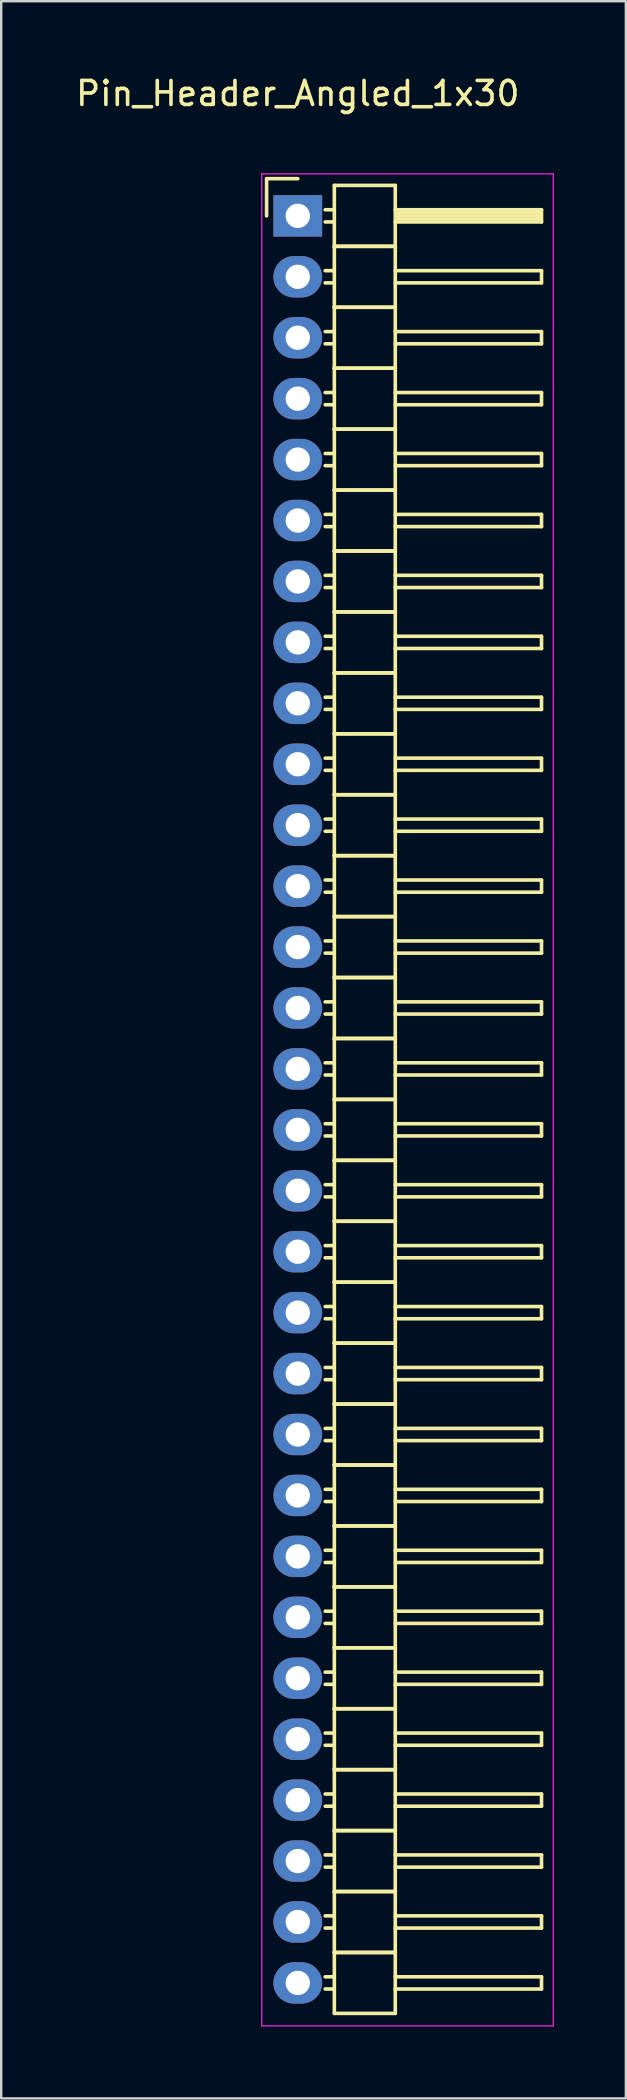
<source format=kicad_pcb>
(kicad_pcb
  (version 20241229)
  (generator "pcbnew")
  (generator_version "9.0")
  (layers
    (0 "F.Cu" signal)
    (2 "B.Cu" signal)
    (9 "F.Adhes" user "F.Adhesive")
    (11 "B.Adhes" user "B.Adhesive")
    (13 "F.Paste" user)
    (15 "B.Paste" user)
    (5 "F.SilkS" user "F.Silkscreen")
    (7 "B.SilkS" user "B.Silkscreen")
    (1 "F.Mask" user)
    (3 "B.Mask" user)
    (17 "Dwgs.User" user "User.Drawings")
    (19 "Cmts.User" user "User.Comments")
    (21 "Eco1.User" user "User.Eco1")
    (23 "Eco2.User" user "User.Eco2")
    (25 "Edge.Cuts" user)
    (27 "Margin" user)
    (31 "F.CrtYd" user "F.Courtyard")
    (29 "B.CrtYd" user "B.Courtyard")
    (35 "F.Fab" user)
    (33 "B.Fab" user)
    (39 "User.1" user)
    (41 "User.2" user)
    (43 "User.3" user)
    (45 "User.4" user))
  (footprint "Pin_Header_Angled_1x30"
    (layer "F.Cu")
    (at 9.363 5.948)
    (property "Reference" "Pin_Header_Angled_1x30" (at 0 -5.1 0) (layer "F.SilkS") (effects (font (size 1 1) (thickness 0.15))))
    (attr through_hole)
    (fp_line (start -1.3 -1.55) (end -1.3 0) (stroke (width 0.15) (type solid)) (layer "F.SilkS"))
    (fp_line (start 0 -1.55) (end -1.3 -1.55) (stroke (width 0.15) (type solid)) (layer "F.SilkS"))
    (fp_line (start 1.524 -1.27) (end 1.524 1.27) (stroke (width 0.15) (type solid)) (layer "F.SilkS"))
    (fp_line (start 1.524 -1.27) (end 4.064 -1.27) (stroke (width 0.15) (type solid)) (layer "F.SilkS"))
    (fp_line (start 1.524 -0.254) (end 1.143 -0.254) (stroke (width 0.15) (type solid)) (layer "F.SilkS"))
    (fp_line (start 1.524 0.254) (end 1.143 0.254) (stroke (width 0.15) (type solid)) (layer "F.SilkS"))
    (fp_line (start 1.524 1.27) (end 1.524 3.81) (stroke (width 0.15) (type solid)) (layer "F.SilkS"))
    (fp_line (start 1.524 1.27) (end 4.064 1.27) (stroke (width 0.15) (type solid)) (layer "F.SilkS"))
    (fp_line (start 1.524 1.27) (end 4.064 1.27) (stroke (width 0.15) (type solid)) (layer "F.SilkS"))
    (fp_line (start 1.524 2.286) (end 1.143 2.286) (stroke (width 0.15) (type solid)) (layer "F.SilkS"))
    (fp_line (start 1.524 2.794) (end 1.143 2.794) (stroke (width 0.15) (type solid)) (layer "F.SilkS"))
    (fp_line (start 1.524 3.81) (end 1.524 6.35) (stroke (width 0.15) (type solid)) (layer "F.SilkS"))
    (fp_line (start 1.524 3.81) (end 4.064 3.81) (stroke (width 0.15) (type solid)) (layer "F.SilkS"))
    (fp_line (start 1.524 3.81) (end 4.064 3.81) (stroke (width 0.15) (type solid)) (layer "F.SilkS"))
    (fp_line (start 1.524 4.826) (end 1.143 4.826) (stroke (width 0.15) (type solid)) (layer "F.SilkS"))
    (fp_line (start 1.524 5.334) (end 1.143 5.334) (stroke (width 0.15) (type solid)) (layer "F.SilkS"))
    (fp_line (start 1.524 6.35) (end 1.524 8.89) (stroke (width 0.15) (type solid)) (layer "F.SilkS"))
    (fp_line (start 1.524 6.35) (end 4.064 6.35) (stroke (width 0.15) (type solid)) (layer "F.SilkS"))
    (fp_line (start 1.524 6.35) (end 4.064 6.35) (stroke (width 0.15) (type solid)) (layer "F.SilkS"))
    (fp_line (start 1.524 7.366) (end 1.143 7.366) (stroke (width 0.15) (type solid)) (layer "F.SilkS"))
    (fp_line (start 1.524 7.874) (end 1.143 7.874) (stroke (width 0.15) (type solid)) (layer "F.SilkS"))
    (fp_line (start 1.524 8.89) (end 1.524 11.43) (stroke (width 0.15) (type solid)) (layer "F.SilkS"))
    (fp_line (start 1.524 8.89) (end 4.064 8.89) (stroke (width 0.15) (type solid)) (layer "F.SilkS"))
    (fp_line (start 1.524 8.89) (end 4.064 8.89) (stroke (width 0.15) (type solid)) (layer "F.SilkS"))
    (fp_line (start 1.524 9.906) (end 1.143 9.906) (stroke (width 0.15) (type solid)) (layer "F.SilkS"))
    (fp_line (start 1.524 10.414) (end 1.143 10.414) (stroke (width 0.15) (type solid)) (layer "F.SilkS"))
    (fp_line (start 1.524 11.43) (end 1.524 13.97) (stroke (width 0.15) (type solid)) (layer "F.SilkS"))
    (fp_line (start 1.524 11.43) (end 4.064 11.43) (stroke (width 0.15) (type solid)) (layer "F.SilkS"))
    (fp_line (start 1.524 11.43) (end 4.064 11.43) (stroke (width 0.15) (type solid)) (layer "F.SilkS"))
    (fp_line (start 1.524 12.446) (end 1.143 12.446) (stroke (width 0.15) (type solid)) (layer "F.SilkS"))
    (fp_line (start 1.524 12.954) (end 1.143 12.954) (stroke (width 0.15) (type solid)) (layer "F.SilkS"))
    (fp_line (start 1.524 13.97) (end 1.524 16.51) (stroke (width 0.15) (type solid)) (layer "F.SilkS"))
    (fp_line (start 1.524 13.97) (end 4.064 13.97) (stroke (width 0.15) (type solid)) (layer "F.SilkS"))
    (fp_line (start 1.524 13.97) (end 4.064 13.97) (stroke (width 0.15) (type solid)) (layer "F.SilkS"))
    (fp_line (start 1.524 14.986) (end 1.143 14.986) (stroke (width 0.15) (type solid)) (layer "F.SilkS"))
    (fp_line (start 1.524 15.494) (end 1.143 15.494) (stroke (width 0.15) (type solid)) (layer "F.SilkS"))
    (fp_line (start 1.524 16.51) (end 1.524 19.05) (stroke (width 0.15) (type solid)) (layer "F.SilkS"))
    (fp_line (start 1.524 16.51) (end 4.064 16.51) (stroke (width 0.15) (type solid)) (layer "F.SilkS"))
    (fp_line (start 1.524 16.51) (end 4.064 16.51) (stroke (width 0.15) (type solid)) (layer "F.SilkS"))
    (fp_line (start 1.524 17.526) (end 1.143 17.526) (stroke (width 0.15) (type solid)) (layer "F.SilkS"))
    (fp_line (start 1.524 18.034) (end 1.143 18.034) (stroke (width 0.15) (type solid)) (layer "F.SilkS"))
    (fp_line (start 1.524 19.05) (end 1.524 21.59) (stroke (width 0.15) (type solid)) (layer "F.SilkS"))
    (fp_line (start 1.524 19.05) (end 4.064 19.05) (stroke (width 0.15) (type solid)) (layer "F.SilkS"))
    (fp_line (start 1.524 19.05) (end 4.064 19.05) (stroke (width 0.15) (type solid)) (layer "F.SilkS"))
    (fp_line (start 1.524 20.066) (end 1.143 20.066) (stroke (width 0.15) (type solid)) (layer "F.SilkS"))
    (fp_line (start 1.524 20.574) (end 1.143 20.574) (stroke (width 0.15) (type solid)) (layer "F.SilkS"))
    (fp_line (start 1.524 21.59) (end 1.524 24.13) (stroke (width 0.15) (type solid)) (layer "F.SilkS"))
    (fp_line (start 1.524 21.59) (end 4.064 21.59) (stroke (width 0.15) (type solid)) (layer "F.SilkS"))
    (fp_line (start 1.524 21.59) (end 4.064 21.59) (stroke (width 0.15) (type solid)) (layer "F.SilkS"))
    (fp_line (start 1.524 22.606) (end 1.143 22.606) (stroke (width 0.15) (type solid)) (layer "F.SilkS"))
    (fp_line (start 1.524 23.114) (end 1.143 23.114) (stroke (width 0.15) (type solid)) (layer "F.SilkS"))
    (fp_line (start 1.524 24.13) (end 1.524 26.67) (stroke (width 0.15) (type solid)) (layer "F.SilkS"))
    (fp_line (start 1.524 24.13) (end 4.064 24.13) (stroke (width 0.15) (type solid)) (layer "F.SilkS"))
    (fp_line (start 1.524 24.13) (end 4.064 24.13) (stroke (width 0.15) (type solid)) (layer "F.SilkS"))
    (fp_line (start 1.524 25.146) (end 1.143 25.146) (stroke (width 0.15) (type solid)) (layer "F.SilkS"))
    (fp_line (start 1.524 25.654) (end 1.143 25.654) (stroke (width 0.15) (type solid)) (layer "F.SilkS"))
    (fp_line (start 1.524 26.67) (end 1.524 29.21) (stroke (width 0.15) (type solid)) (layer "F.SilkS"))
    (fp_line (start 1.524 26.67) (end 4.064 26.67) (stroke (width 0.15) (type solid)) (layer "F.SilkS"))
    (fp_line (start 1.524 26.67) (end 4.064 26.67) (stroke (width 0.15) (type solid)) (layer "F.SilkS"))
    (fp_line (start 1.524 27.686) (end 1.143 27.686) (stroke (width 0.15) (type solid)) (layer "F.SilkS"))
    (fp_line (start 1.524 28.194) (end 1.143 28.194) (stroke (width 0.15) (type solid)) (layer "F.SilkS"))
    (fp_line (start 1.524 29.21) (end 1.524 31.75) (stroke (width 0.15) (type solid)) (layer "F.SilkS"))
    (fp_line (start 1.524 29.21) (end 4.064 29.21) (stroke (width 0.15) (type solid)) (layer "F.SilkS"))
    (fp_line (start 1.524 29.21) (end 4.064 29.21) (stroke (width 0.15) (type solid)) (layer "F.SilkS"))
    (fp_line (start 1.524 30.226) (end 1.143 30.226) (stroke (width 0.15) (type solid)) (layer "F.SilkS"))
    (fp_line (start 1.524 30.734) (end 1.143 30.734) (stroke (width 0.15) (type solid)) (layer "F.SilkS"))
    (fp_line (start 1.524 31.75) (end 1.524 34.29) (stroke (width 0.15) (type solid)) (layer "F.SilkS"))
    (fp_line (start 1.524 31.75) (end 4.064 31.75) (stroke (width 0.15) (type solid)) (layer "F.SilkS"))
    (fp_line (start 1.524 31.75) (end 4.064 31.75) (stroke (width 0.15) (type solid)) (layer "F.SilkS"))
    (fp_line (start 1.524 32.766) (end 1.143 32.766) (stroke (width 0.15) (type solid)) (layer "F.SilkS"))
    (fp_line (start 1.524 33.274) (end 1.143 33.274) (stroke (width 0.15) (type solid)) (layer "F.SilkS"))
    (fp_line (start 1.524 34.29) (end 1.524 36.83) (stroke (width 0.15) (type solid)) (layer "F.SilkS"))
    (fp_line (start 1.524 34.29) (end 4.064 34.29) (stroke (width 0.15) (type solid)) (layer "F.SilkS"))
    (fp_line (start 1.524 34.29) (end 4.064 34.29) (stroke (width 0.15) (type solid)) (layer "F.SilkS"))
    (fp_line (start 1.524 35.306) (end 1.143 35.306) (stroke (width 0.15) (type solid)) (layer "F.SilkS"))
    (fp_line (start 1.524 35.814) (end 1.143 35.814) (stroke (width 0.15) (type solid)) (layer "F.SilkS"))
    (fp_line (start 1.524 36.83) (end 1.524 39.37) (stroke (width 0.15) (type solid)) (layer "F.SilkS"))
    (fp_line (start 1.524 36.83) (end 4.064 36.83) (stroke (width 0.15) (type solid)) (layer "F.SilkS"))
    (fp_line (start 1.524 36.83) (end 4.064 36.83) (stroke (width 0.15) (type solid)) (layer "F.SilkS"))
    (fp_line (start 1.524 37.846) (end 1.143 37.846) (stroke (width 0.15) (type solid)) (layer "F.SilkS"))
    (fp_line (start 1.524 38.354) (end 1.143 38.354) (stroke (width 0.15) (type solid)) (layer "F.SilkS"))
    (fp_line (start 1.524 39.37) (end 1.524 41.91) (stroke (width 0.15) (type solid)) (layer "F.SilkS"))
    (fp_line (start 1.524 39.37) (end 4.064 39.37) (stroke (width 0.15) (type solid)) (layer "F.SilkS"))
    (fp_line (start 1.524 39.37) (end 4.064 39.37) (stroke (width 0.15) (type solid)) (layer "F.SilkS"))
    (fp_line (start 1.524 40.386) (end 1.143 40.386) (stroke (width 0.15) (type solid)) (layer "F.SilkS"))
    (fp_line (start 1.524 40.894) (end 1.143 40.894) (stroke (width 0.15) (type solid)) (layer "F.SilkS"))
    (fp_line (start 1.524 41.91) (end 1.524 44.45) (stroke (width 0.15) (type solid)) (layer "F.SilkS"))
    (fp_line (start 1.524 41.91) (end 4.064 41.91) (stroke (width 0.15) (type solid)) (layer "F.SilkS"))
    (fp_line (start 1.524 41.91) (end 4.064 41.91) (stroke (width 0.15) (type solid)) (layer "F.SilkS"))
    (fp_line (start 1.524 42.926) (end 1.143 42.926) (stroke (width 0.15) (type solid)) (layer "F.SilkS"))
    (fp_line (start 1.524 43.434) (end 1.143 43.434) (stroke (width 0.15) (type solid)) (layer "F.SilkS"))
    (fp_line (start 1.524 44.45) (end 1.524 46.99) (stroke (width 0.15) (type solid)) (layer "F.SilkS"))
    (fp_line (start 1.524 44.45) (end 4.064 44.45) (stroke (width 0.15) (type solid)) (layer "F.SilkS"))
    (fp_line (start 1.524 44.45) (end 4.064 44.45) (stroke (width 0.15) (type solid)) (layer "F.SilkS"))
    (fp_line (start 1.524 45.466) (end 1.143 45.466) (stroke (width 0.15) (type solid)) (layer "F.SilkS"))
    (fp_line (start 1.524 45.974) (end 1.143 45.974) (stroke (width 0.15) (type solid)) (layer "F.SilkS"))
    (fp_line (start 1.524 46.99) (end 1.524 49.53) (stroke (width 0.15) (type solid)) (layer "F.SilkS"))
    (fp_line (start 1.524 46.99) (end 4.064 46.99) (stroke (width 0.15) (type solid)) (layer "F.SilkS"))
    (fp_line (start 1.524 46.99) (end 4.064 46.99) (stroke (width 0.15) (type solid)) (layer "F.SilkS"))
    (fp_line (start 1.524 48.006) (end 1.143 48.006) (stroke (width 0.15) (type solid)) (layer "F.SilkS"))
    (fp_line (start 1.524 48.514) (end 1.143 48.514) (stroke (width 0.15) (type solid)) (layer "F.SilkS"))
    (fp_line (start 1.524 49.53) (end 1.524 52.07) (stroke (width 0.15) (type solid)) (layer "F.SilkS"))
    (fp_line (start 1.524 49.53) (end 4.064 49.53) (stroke (width 0.15) (type solid)) (layer "F.SilkS"))
    (fp_line (start 1.524 49.53) (end 4.064 49.53) (stroke (width 0.15) (type solid)) (layer "F.SilkS"))
    (fp_line (start 1.524 50.546) (end 1.143 50.546) (stroke (width 0.15) (type solid)) (layer "F.SilkS"))
    (fp_line (start 1.524 51.054) (end 1.143 51.054) (stroke (width 0.15) (type solid)) (layer "F.SilkS"))
    (fp_line (start 1.524 52.07) (end 1.524 54.61) (stroke (width 0.15) (type solid)) (layer "F.SilkS"))
    (fp_line (start 1.524 52.07) (end 4.064 52.07) (stroke (width 0.15) (type solid)) (layer "F.SilkS"))
    (fp_line (start 1.524 52.07) (end 4.064 52.07) (stroke (width 0.15) (type solid)) (layer "F.SilkS"))
    (fp_line (start 1.524 53.086) (end 1.143 53.086) (stroke (width 0.15) (type solid)) (layer "F.SilkS"))
    (fp_line (start 1.524 53.594) (end 1.143 53.594) (stroke (width 0.15) (type solid)) (layer "F.SilkS"))
    (fp_line (start 1.524 54.61) (end 1.524 57.15) (stroke (width 0.15) (type solid)) (layer "F.SilkS"))
    (fp_line (start 1.524 54.61) (end 4.064 54.61) (stroke (width 0.15) (type solid)) (layer "F.SilkS"))
    (fp_line (start 1.524 54.61) (end 4.064 54.61) (stroke (width 0.15) (type solid)) (layer "F.SilkS"))
    (fp_line (start 1.524 55.626) (end 1.143 55.626) (stroke (width 0.15) (type solid)) (layer "F.SilkS"))
    (fp_line (start 1.524 56.134) (end 1.143 56.134) (stroke (width 0.15) (type solid)) (layer "F.SilkS"))
    (fp_line (start 1.524 57.15) (end 1.524 59.69) (stroke (width 0.15) (type solid)) (layer "F.SilkS"))
    (fp_line (start 1.524 57.15) (end 4.064 57.15) (stroke (width 0.15) (type solid)) (layer "F.SilkS"))
    (fp_line (start 1.524 57.15) (end 4.064 57.15) (stroke (width 0.15) (type solid)) (layer "F.SilkS"))
    (fp_line (start 1.524 58.166) (end 1.143 58.166) (stroke (width 0.15) (type solid)) (layer "F.SilkS"))
    (fp_line (start 1.524 58.674) (end 1.143 58.674) (stroke (width 0.15) (type solid)) (layer "F.SilkS"))
    (fp_line (start 1.524 59.69) (end 1.524 62.23) (stroke (width 0.15) (type solid)) (layer "F.SilkS"))
    (fp_line (start 1.524 59.69) (end 4.064 59.69) (stroke (width 0.15) (type solid)) (layer "F.SilkS"))
    (fp_line (start 1.524 59.69) (end 4.064 59.69) (stroke (width 0.15) (type solid)) (layer "F.SilkS"))
    (fp_line (start 1.524 60.706) (end 1.143 60.706) (stroke (width 0.15) (type solid)) (layer "F.SilkS"))
    (fp_line (start 1.524 61.214) (end 1.143 61.214) (stroke (width 0.15) (type solid)) (layer "F.SilkS"))
    (fp_line (start 1.524 62.23) (end 1.524 64.77) (stroke (width 0.15) (type solid)) (layer "F.SilkS"))
    (fp_line (start 1.524 62.23) (end 4.064 62.23) (stroke (width 0.15) (type solid)) (layer "F.SilkS"))
    (fp_line (start 1.524 62.23) (end 4.064 62.23) (stroke (width 0.15) (type solid)) (layer "F.SilkS"))
    (fp_line (start 1.524 63.246) (end 1.143 63.246) (stroke (width 0.15) (type solid)) (layer "F.SilkS"))
    (fp_line (start 1.524 63.754) (end 1.143 63.754) (stroke (width 0.15) (type solid)) (layer "F.SilkS"))
    (fp_line (start 1.524 64.77) (end 1.524 67.31) (stroke (width 0.15) (type solid)) (layer "F.SilkS"))
    (fp_line (start 1.524 64.77) (end 4.064 64.77) (stroke (width 0.15) (type solid)) (layer "F.SilkS"))
    (fp_line (start 1.524 64.77) (end 4.064 64.77) (stroke (width 0.15) (type solid)) (layer "F.SilkS"))
    (fp_line (start 1.524 65.786) (end 1.143 65.786) (stroke (width 0.15) (type solid)) (layer "F.SilkS"))
    (fp_line (start 1.524 66.294) (end 1.143 66.294) (stroke (width 0.15) (type solid)) (layer "F.SilkS"))
    (fp_line (start 1.524 67.31) (end 1.524 69.85) (stroke (width 0.15) (type solid)) (layer "F.SilkS"))
    (fp_line (start 1.524 67.31) (end 4.064 67.31) (stroke (width 0.15) (type solid)) (layer "F.SilkS"))
    (fp_line (start 1.524 67.31) (end 4.064 67.31) (stroke (width 0.15) (type solid)) (layer "F.SilkS"))
    (fp_line (start 1.524 68.326) (end 1.143 68.326) (stroke (width 0.15) (type solid)) (layer "F.SilkS"))
    (fp_line (start 1.524 68.834) (end 1.143 68.834) (stroke (width 0.15) (type solid)) (layer "F.SilkS"))
    (fp_line (start 1.524 69.85) (end 1.524 72.39) (stroke (width 0.15) (type solid)) (layer "F.SilkS"))
    (fp_line (start 1.524 69.85) (end 4.064 69.85) (stroke (width 0.15) (type solid)) (layer "F.SilkS"))
    (fp_line (start 1.524 69.85) (end 4.064 69.85) (stroke (width 0.15) (type solid)) (layer "F.SilkS"))
    (fp_line (start 1.524 70.866) (end 1.143 70.866) (stroke (width 0.15) (type solid)) (layer "F.SilkS"))
    (fp_line (start 1.524 71.374) (end 1.143 71.374) (stroke (width 0.15) (type solid)) (layer "F.SilkS"))
    (fp_line (start 1.524 72.39) (end 1.524 74.93) (stroke (width 0.15) (type solid)) (layer "F.SilkS"))
    (fp_line (start 1.524 72.39) (end 4.064 72.39) (stroke (width 0.15) (type solid)) (layer "F.SilkS"))
    (fp_line (start 1.524 72.39) (end 4.064 72.39) (stroke (width 0.15) (type solid)) (layer "F.SilkS"))
    (fp_line (start 1.524 73.406) (end 1.143 73.406) (stroke (width 0.15) (type solid)) (layer "F.SilkS"))
    (fp_line (start 1.524 73.914) (end 1.143 73.914) (stroke (width 0.15) (type solid)) (layer "F.SilkS"))
    (fp_line (start 1.524 74.93) (end 4.064 74.93) (stroke (width 0.15) (type solid)) (layer "F.SilkS"))
    (fp_line (start 4.064 -0.254) (end 10.16 -0.254) (stroke (width 0.15) (type solid)) (layer "F.SilkS"))
    (fp_line (start 4.064 1.27) (end 4.064 -1.27) (stroke (width 0.15) (type solid)) (layer "F.SilkS"))
    (fp_line (start 4.064 2.286) (end 10.16 2.286) (stroke (width 0.15) (type solid)) (layer "F.SilkS"))
    (fp_line (start 4.064 3.81) (end 4.064 1.27) (stroke (width 0.15) (type solid)) (layer "F.SilkS"))
    (fp_line (start 4.064 4.826) (end 10.16 4.826) (stroke (width 0.15) (type solid)) (layer "F.SilkS"))
    (fp_line (start 4.064 6.35) (end 4.064 3.81) (stroke (width 0.15) (type solid)) (layer "F.SilkS"))
    (fp_line (start 4.064 7.366) (end 10.16 7.366) (stroke (width 0.15) (type solid)) (layer "F.SilkS"))
    (fp_line (start 4.064 8.89) (end 4.064 6.35) (stroke (width 0.15) (type solid)) (layer "F.SilkS"))
    (fp_line (start 4.064 9.906) (end 10.16 9.906) (stroke (width 0.15) (type solid)) (layer "F.SilkS"))
    (fp_line (start 4.064 11.43) (end 4.064 8.89) (stroke (width 0.15) (type solid)) (layer "F.SilkS"))
    (fp_line (start 4.064 12.446) (end 10.16 12.446) (stroke (width 0.15) (type solid)) (layer "F.SilkS"))
    (fp_line (start 4.064 13.97) (end 4.064 11.43) (stroke (width 0.15) (type solid)) (layer "F.SilkS"))
    (fp_line (start 4.064 14.986) (end 10.16 14.986) (stroke (width 0.15) (type solid)) (layer "F.SilkS"))
    (fp_line (start 4.064 16.51) (end 4.064 13.97) (stroke (width 0.15) (type solid)) (layer "F.SilkS"))
    (fp_line (start 4.064 17.526) (end 10.16 17.526) (stroke (width 0.15) (type solid)) (layer "F.SilkS"))
    (fp_line (start 4.064 19.05) (end 4.064 16.51) (stroke (width 0.15) (type solid)) (layer "F.SilkS"))
    (fp_line (start 4.064 20.066) (end 10.16 20.066) (stroke (width 0.15) (type solid)) (layer "F.SilkS"))
    (fp_line (start 4.064 21.59) (end 4.064 19.05) (stroke (width 0.15) (type solid)) (layer "F.SilkS"))
    (fp_line (start 4.064 22.606) (end 10.16 22.606) (stroke (width 0.15) (type solid)) (layer "F.SilkS"))
    (fp_line (start 4.064 24.13) (end 4.064 21.59) (stroke (width 0.15) (type solid)) (layer "F.SilkS"))
    (fp_line (start 4.064 25.146) (end 10.16 25.146) (stroke (width 0.15) (type solid)) (layer "F.SilkS"))
    (fp_line (start 4.064 26.67) (end 4.064 24.13) (stroke (width 0.15) (type solid)) (layer "F.SilkS"))
    (fp_line (start 4.064 27.686) (end 10.16 27.686) (stroke (width 0.15) (type solid)) (layer "F.SilkS"))
    (fp_line (start 4.064 29.21) (end 4.064 26.67) (stroke (width 0.15) (type solid)) (layer "F.SilkS"))
    (fp_line (start 4.064 30.226) (end 10.16 30.226) (stroke (width 0.15) (type solid)) (layer "F.SilkS"))
    (fp_line (start 4.064 31.75) (end 4.064 29.21) (stroke (width 0.15) (type solid)) (layer "F.SilkS"))
    (fp_line (start 4.064 32.766) (end 10.16 32.766) (stroke (width 0.15) (type solid)) (layer "F.SilkS"))
    (fp_line (start 4.064 34.29) (end 4.064 31.75) (stroke (width 0.15) (type solid)) (layer "F.SilkS"))
    (fp_line (start 4.064 35.306) (end 10.16 35.306) (stroke (width 0.15) (type solid)) (layer "F.SilkS"))
    (fp_line (start 4.064 36.83) (end 4.064 34.29) (stroke (width 0.15) (type solid)) (layer "F.SilkS"))
    (fp_line (start 4.064 37.846) (end 10.16 37.846) (stroke (width 0.15) (type solid)) (layer "F.SilkS"))
    (fp_line (start 4.064 39.37) (end 4.064 36.83) (stroke (width 0.15) (type solid)) (layer "F.SilkS"))
    (fp_line (start 4.064 40.386) (end 10.16 40.386) (stroke (width 0.15) (type solid)) (layer "F.SilkS"))
    (fp_line (start 4.064 41.91) (end 4.064 39.37) (stroke (width 0.15) (type solid)) (layer "F.SilkS"))
    (fp_line (start 4.064 42.926) (end 10.16 42.926) (stroke (width 0.15) (type solid)) (layer "F.SilkS"))
    (fp_line (start 4.064 44.45) (end 4.064 41.91) (stroke (width 0.15) (type solid)) (layer "F.SilkS"))
    (fp_line (start 4.064 45.466) (end 10.16 45.466) (stroke (width 0.15) (type solid)) (layer "F.SilkS"))
    (fp_line (start 4.064 46.99) (end 4.064 44.45) (stroke (width 0.15) (type solid)) (layer "F.SilkS"))
    (fp_line (start 4.064 48.006) (end 10.16 48.006) (stroke (width 0.15) (type solid)) (layer "F.SilkS"))
    (fp_line (start 4.064 49.53) (end 4.064 46.99) (stroke (width 0.15) (type solid)) (layer "F.SilkS"))
    (fp_line (start 4.064 50.546) (end 10.16 50.546) (stroke (width 0.15) (type solid)) (layer "F.SilkS"))
    (fp_line (start 4.064 52.07) (end 4.064 49.53) (stroke (width 0.15) (type solid)) (layer "F.SilkS"))
    (fp_line (start 4.064 53.086) (end 10.16 53.086) (stroke (width 0.15) (type solid)) (layer "F.SilkS"))
    (fp_line (start 4.064 54.61) (end 4.064 52.07) (stroke (width 0.15) (type solid)) (layer "F.SilkS"))
    (fp_line (start 4.064 55.626) (end 10.16 55.626) (stroke (width 0.15) (type solid)) (layer "F.SilkS"))
    (fp_line (start 4.064 57.15) (end 4.064 54.61) (stroke (width 0.15) (type solid)) (layer "F.SilkS"))
    (fp_line (start 4.064 58.166) (end 10.16 58.166) (stroke (width 0.15) (type solid)) (layer "F.SilkS"))
    (fp_line (start 4.064 59.69) (end 4.064 57.15) (stroke (width 0.15) (type solid)) (layer "F.SilkS"))
    (fp_line (start 4.064 60.706) (end 10.16 60.706) (stroke (width 0.15) (type solid)) (layer "F.SilkS"))
    (fp_line (start 4.064 62.23) (end 4.064 59.69) (stroke (width 0.15) (type solid)) (layer "F.SilkS"))
    (fp_line (start 4.064 63.246) (end 10.16 63.246) (stroke (width 0.15) (type solid)) (layer "F.SilkS"))
    (fp_line (start 4.064 64.77) (end 4.064 62.23) (stroke (width 0.15) (type solid)) (layer "F.SilkS"))
    (fp_line (start 4.064 65.786) (end 10.16 65.786) (stroke (width 0.15) (type solid)) (layer "F.SilkS"))
    (fp_line (start 4.064 67.31) (end 4.064 64.77) (stroke (width 0.15) (type solid)) (layer "F.SilkS"))
    (fp_line (start 4.064 68.326) (end 10.16 68.326) (stroke (width 0.15) (type solid)) (layer "F.SilkS"))
    (fp_line (start 4.064 69.85) (end 4.064 67.31) (stroke (width 0.15) (type solid)) (layer "F.SilkS"))
    (fp_line (start 4.064 70.866) (end 10.16 70.866) (stroke (width 0.15) (type solid)) (layer "F.SilkS"))
    (fp_line (start 4.064 72.39) (end 4.064 69.85) (stroke (width 0.15) (type solid)) (layer "F.SilkS"))
    (fp_line (start 4.064 73.406) (end 10.16 73.406) (stroke (width 0.15) (type solid)) (layer "F.SilkS"))
    (fp_line (start 4.064 74.93) (end 4.064 72.39) (stroke (width 0.15) (type solid)) (layer "F.SilkS"))
    (fp_line (start 4.191 -0.127) (end 10.033 -0.127) (stroke (width 0.15) (type solid)) (layer "F.SilkS"))
    (fp_line (start 4.191 0) (end 10.033 0) (stroke (width 0.15) (type solid)) (layer "F.SilkS"))
    (fp_line (start 4.191 0.127) (end 4.191 0) (stroke (width 0.15) (type solid)) (layer "F.SilkS"))
    (fp_line (start 10.033 -0.127) (end 10.033 0.127) (stroke (width 0.15) (type solid)) (layer "F.SilkS"))
    (fp_line (start 10.033 0.127) (end 4.191 0.127) (stroke (width 0.15) (type solid)) (layer "F.SilkS"))
    (fp_line (start 10.16 -0.254) (end 10.16 0.254) (stroke (width 0.15) (type solid)) (layer "F.SilkS"))
    (fp_line (start 10.16 0.254) (end 4.064 0.254) (stroke (width 0.15) (type solid)) (layer "F.SilkS"))
    (fp_line (start 10.16 2.286) (end 10.16 2.794) (stroke (width 0.15) (type solid)) (layer "F.SilkS"))
    (fp_line (start 10.16 2.794) (end 4.064 2.794) (stroke (width 0.15) (type solid)) (layer "F.SilkS"))
    (fp_line (start 10.16 4.826) (end 10.16 5.334) (stroke (width 0.15) (type solid)) (layer "F.SilkS"))
    (fp_line (start 10.16 5.334) (end 4.064 5.334) (stroke (width 0.15) (type solid)) (layer "F.SilkS"))
    (fp_line (start 10.16 7.366) (end 10.16 7.874) (stroke (width 0.15) (type solid)) (layer "F.SilkS"))
    (fp_line (start 10.16 7.874) (end 4.064 7.874) (stroke (width 0.15) (type solid)) (layer "F.SilkS"))
    (fp_line (start 10.16 9.906) (end 10.16 10.414) (stroke (width 0.15) (type solid)) (layer "F.SilkS"))
    (fp_line (start 10.16 10.414) (end 4.064 10.414) (stroke (width 0.15) (type solid)) (layer "F.SilkS"))
    (fp_line (start 10.16 12.446) (end 10.16 12.954) (stroke (width 0.15) (type solid)) (layer "F.SilkS"))
    (fp_line (start 10.16 12.954) (end 4.064 12.954) (stroke (width 0.15) (type solid)) (layer "F.SilkS"))
    (fp_line (start 10.16 14.986) (end 10.16 15.494) (stroke (width 0.15) (type solid)) (layer "F.SilkS"))
    (fp_line (start 10.16 15.494) (end 4.064 15.494) (stroke (width 0.15) (type solid)) (layer "F.SilkS"))
    (fp_line (start 10.16 17.526) (end 10.16 18.034) (stroke (width 0.15) (type solid)) (layer "F.SilkS"))
    (fp_line (start 10.16 18.034) (end 4.064 18.034) (stroke (width 0.15) (type solid)) (layer "F.SilkS"))
    (fp_line (start 10.16 20.066) (end 10.16 20.574) (stroke (width 0.15) (type solid)) (layer "F.SilkS"))
    (fp_line (start 10.16 20.574) (end 4.064 20.574) (stroke (width 0.15) (type solid)) (layer "F.SilkS"))
    (fp_line (start 10.16 22.606) (end 10.16 23.114) (stroke (width 0.15) (type solid)) (layer "F.SilkS"))
    (fp_line (start 10.16 23.114) (end 4.064 23.114) (stroke (width 0.15) (type solid)) (layer "F.SilkS"))
    (fp_line (start 10.16 25.146) (end 10.16 25.654) (stroke (width 0.15) (type solid)) (layer "F.SilkS"))
    (fp_line (start 10.16 25.654) (end 4.064 25.654) (stroke (width 0.15) (type solid)) (layer "F.SilkS"))
    (fp_line (start 10.16 27.686) (end 10.16 28.194) (stroke (width 0.15) (type solid)) (layer "F.SilkS"))
    (fp_line (start 10.16 28.194) (end 4.064 28.194) (stroke (width 0.15) (type solid)) (layer "F.SilkS"))
    (fp_line (start 10.16 30.226) (end 10.16 30.734) (stroke (width 0.15) (type solid)) (layer "F.SilkS"))
    (fp_line (start 10.16 30.734) (end 4.064 30.734) (stroke (width 0.15) (type solid)) (layer "F.SilkS"))
    (fp_line (start 10.16 32.766) (end 10.16 33.274) (stroke (width 0.15) (type solid)) (layer "F.SilkS"))
    (fp_line (start 10.16 33.274) (end 4.064 33.274) (stroke (width 0.15) (type solid)) (layer "F.SilkS"))
    (fp_line (start 10.16 35.306) (end 10.16 35.814) (stroke (width 0.15) (type solid)) (layer "F.SilkS"))
    (fp_line (start 10.16 35.814) (end 4.064 35.814) (stroke (width 0.15) (type solid)) (layer "F.SilkS"))
    (fp_line (start 10.16 37.846) (end 10.16 38.354) (stroke (width 0.15) (type solid)) (layer "F.SilkS"))
    (fp_line (start 10.16 38.354) (end 4.064 38.354) (stroke (width 0.15) (type solid)) (layer "F.SilkS"))
    (fp_line (start 10.16 40.386) (end 10.16 40.894) (stroke (width 0.15) (type solid)) (layer "F.SilkS"))
    (fp_line (start 10.16 40.894) (end 4.064 40.894) (stroke (width 0.15) (type solid)) (layer "F.SilkS"))
    (fp_line (start 10.16 42.926) (end 10.16 43.434) (stroke (width 0.15) (type solid)) (layer "F.SilkS"))
    (fp_line (start 10.16 43.434) (end 4.064 43.434) (stroke (width 0.15) (type solid)) (layer "F.SilkS"))
    (fp_line (start 10.16 45.466) (end 10.16 45.974) (stroke (width 0.15) (type solid)) (layer "F.SilkS"))
    (fp_line (start 10.16 45.974) (end 4.064 45.974) (stroke (width 0.15) (type solid)) (layer "F.SilkS"))
    (fp_line (start 10.16 48.006) (end 10.16 48.514) (stroke (width 0.15) (type solid)) (layer "F.SilkS"))
    (fp_line (start 10.16 48.514) (end 4.064 48.514) (stroke (width 0.15) (type solid)) (layer "F.SilkS"))
    (fp_line (start 10.16 50.546) (end 10.16 51.054) (stroke (width 0.15) (type solid)) (layer "F.SilkS"))
    (fp_line (start 10.16 51.054) (end 4.064 51.054) (stroke (width 0.15) (type solid)) (layer "F.SilkS"))
    (fp_line (start 10.16 53.086) (end 10.16 53.594) (stroke (width 0.15) (type solid)) (layer "F.SilkS"))
    (fp_line (start 10.16 53.594) (end 4.064 53.594) (stroke (width 0.15) (type solid)) (layer "F.SilkS"))
    (fp_line (start 10.16 55.626) (end 10.16 56.134) (stroke (width 0.15) (type solid)) (layer "F.SilkS"))
    (fp_line (start 10.16 56.134) (end 4.064 56.134) (stroke (width 0.15) (type solid)) (layer "F.SilkS"))
    (fp_line (start 10.16 58.166) (end 10.16 58.674) (stroke (width 0.15) (type solid)) (layer "F.SilkS"))
    (fp_line (start 10.16 58.674) (end 4.064 58.674) (stroke (width 0.15) (type solid)) (layer "F.SilkS"))
    (fp_line (start 10.16 60.706) (end 10.16 61.214) (stroke (width 0.15) (type solid)) (layer "F.SilkS"))
    (fp_line (start 10.16 61.214) (end 4.064 61.214) (stroke (width 0.15) (type solid)) (layer "F.SilkS"))
    (fp_line (start 10.16 63.246) (end 10.16 63.754) (stroke (width 0.15) (type solid)) (layer "F.SilkS"))
    (fp_line (start 10.16 63.754) (end 4.064 63.754) (stroke (width 0.15) (type solid)) (layer "F.SilkS"))
    (fp_line (start 10.16 65.786) (end 10.16 66.294) (stroke (width 0.15) (type solid)) (layer "F.SilkS"))
    (fp_line (start 10.16 66.294) (end 4.064 66.294) (stroke (width 0.15) (type solid)) (layer "F.SilkS"))
    (fp_line (start 10.16 68.326) (end 10.16 68.834) (stroke (width 0.15) (type solid)) (layer "F.SilkS"))
    (fp_line (start 10.16 68.834) (end 4.064 68.834) (stroke (width 0.15) (type solid)) (layer "F.SilkS"))
    (fp_line (start 10.16 70.866) (end 10.16 71.374) (stroke (width 0.15) (type solid)) (layer "F.SilkS"))
    (fp_line (start 10.16 71.374) (end 4.064 71.374) (stroke (width 0.15) (type solid)) (layer "F.SilkS"))
    (fp_line (start 10.16 73.406) (end 10.16 73.914) (stroke (width 0.15) (type solid)) (layer "F.SilkS"))
    (fp_line (start 10.16 73.914) (end 4.064 73.914) (stroke (width 0.15) (type solid)) (layer "F.SilkS"))
    (fp_line (start -1.5 -1.75) (end -1.5 75.45) (stroke (width 0.05) (type solid)) (layer "F.CrtYd"))
    (fp_line (start -1.5 -1.75) (end 10.65 -1.75) (stroke (width 0.05) (type solid)) (layer "F.CrtYd"))
    (fp_line (start -1.5 75.45) (end 10.65 75.45) (stroke (width 0.05) (type solid)) (layer "F.CrtYd"))
    (fp_line (start 10.65 -1.75) (end 10.65 75.45) (stroke (width 0.05) (type solid)) (layer "F.CrtYd"))
    (pad "1" thru_hole rect (at 0 0) (size 2.032 1.727) (drill 1.016) (layers "*.Cu" "*.Mask"))
    (pad "2" thru_hole oval (at 0 2.54) (size 2.032 1.727) (drill 1.016) (layers "*.Cu" "*.Mask"))
    (pad "3" thru_hole oval (at 0 5.08) (size 2.032 1.727) (drill 1.016) (layers "*.Cu" "*.Mask"))
    (pad "4" thru_hole oval (at 0 7.62) (size 2.032 1.727) (drill 1.016) (layers "*.Cu" "*.Mask"))
    (pad "5" thru_hole oval (at 0 10.16) (size 2.032 1.727) (drill 1.016) (layers "*.Cu" "*.Mask"))
    (pad "6" thru_hole oval (at 0 12.7) (size 2.032 1.727) (drill 1.016) (layers "*.Cu" "*.Mask"))
    (pad "7" thru_hole oval (at 0 15.24) (size 2.032 1.727) (drill 1.016) (layers "*.Cu" "*.Mask"))
    (pad "8" thru_hole oval (at 0 17.78) (size 2.032 1.727) (drill 1.016) (layers "*.Cu" "*.Mask"))
    (pad "9" thru_hole oval (at 0 20.32) (size 2.032 1.727) (drill 1.016) (layers "*.Cu" "*.Mask"))
    (pad "10" thru_hole oval (at 0 22.86) (size 2.032 1.727) (drill 1.016) (layers "*.Cu" "*.Mask"))
    (pad "11" thru_hole oval (at 0 25.4) (size 2.032 1.727) (drill 1.016) (layers "*.Cu" "*.Mask"))
    (pad "12" thru_hole oval (at 0 27.94) (size 2.032 1.727) (drill 1.016) (layers "*.Cu" "*.Mask"))
    (pad "13" thru_hole oval (at 0 30.48) (size 2.032 1.727) (drill 1.016) (layers "*.Cu" "*.Mask"))
    (pad "14" thru_hole oval (at 0 33.02) (size 2.032 1.727) (drill 1.016) (layers "*.Cu" "*.Mask"))
    (pad "15" thru_hole oval (at 0 35.56) (size 2.032 1.727) (drill 1.016) (layers "*.Cu" "*.Mask"))
    (pad "16" thru_hole oval (at 0 38.1) (size 2.032 1.727) (drill 1.016) (layers "*.Cu" "*.Mask"))
    (pad "17" thru_hole oval (at 0 40.64) (size 2.032 1.727) (drill 1.016) (layers "*.Cu" "*.Mask"))
    (pad "18" thru_hole oval (at 0 43.18) (size 2.032 1.727) (drill 1.016) (layers "*.Cu" "*.Mask"))
    (pad "19" thru_hole oval (at 0 45.72) (size 2.032 1.727) (drill 1.016) (layers "*.Cu" "*.Mask"))
    (pad "20" thru_hole oval (at 0 48.26) (size 2.032 1.727) (drill 1.016) (layers "*.Cu" "*.Mask"))
    (pad "21" thru_hole oval (at 0 50.8) (size 2.032 1.727) (drill 1.016) (layers "*.Cu" "*.Mask"))
    (pad "22" thru_hole oval (at 0 53.34) (size 2.032 1.727) (drill 1.016) (layers "*.Cu" "*.Mask"))
    (pad "23" thru_hole oval (at 0 55.88) (size 2.032 1.727) (drill 1.016) (layers "*.Cu" "*.Mask"))
    (pad "24" thru_hole oval (at 0 58.42) (size 2.032 1.727) (drill 1.016) (layers "*.Cu" "*.Mask"))
    (pad "25" thru_hole oval (at 0 60.96) (size 2.032 1.727) (drill 1.016) (layers "*.Cu" "*.Mask"))
    (pad "26" thru_hole oval (at 0 63.5) (size 2.032 1.727) (drill 1.016) (layers "*.Cu" "*.Mask"))
    (pad "27" thru_hole oval (at 0 66.04) (size 2.032 1.727) (drill 1.016) (layers "*.Cu" "*.Mask"))
    (pad "28" thru_hole oval (at 0 68.58) (size 2.032 1.727) (drill 1.016) (layers "*.Cu" "*.Mask"))
    (pad "29" thru_hole oval (at 0 71.12) (size 2.032 1.727) (drill 1.016) (layers "*.Cu" "*.Mask"))
    (pad "30" thru_hole oval (at 0 73.66) (size 2.032 1.727) (drill 1.016) (layers "*.Cu" "*.Mask")))
  (gr_rect
    (start -3 -3)
    (end 23.038 84.423)
    (stroke (width 0.1) (type default))
    (fill no)
    (layer "Edge.Cuts")))
</source>
